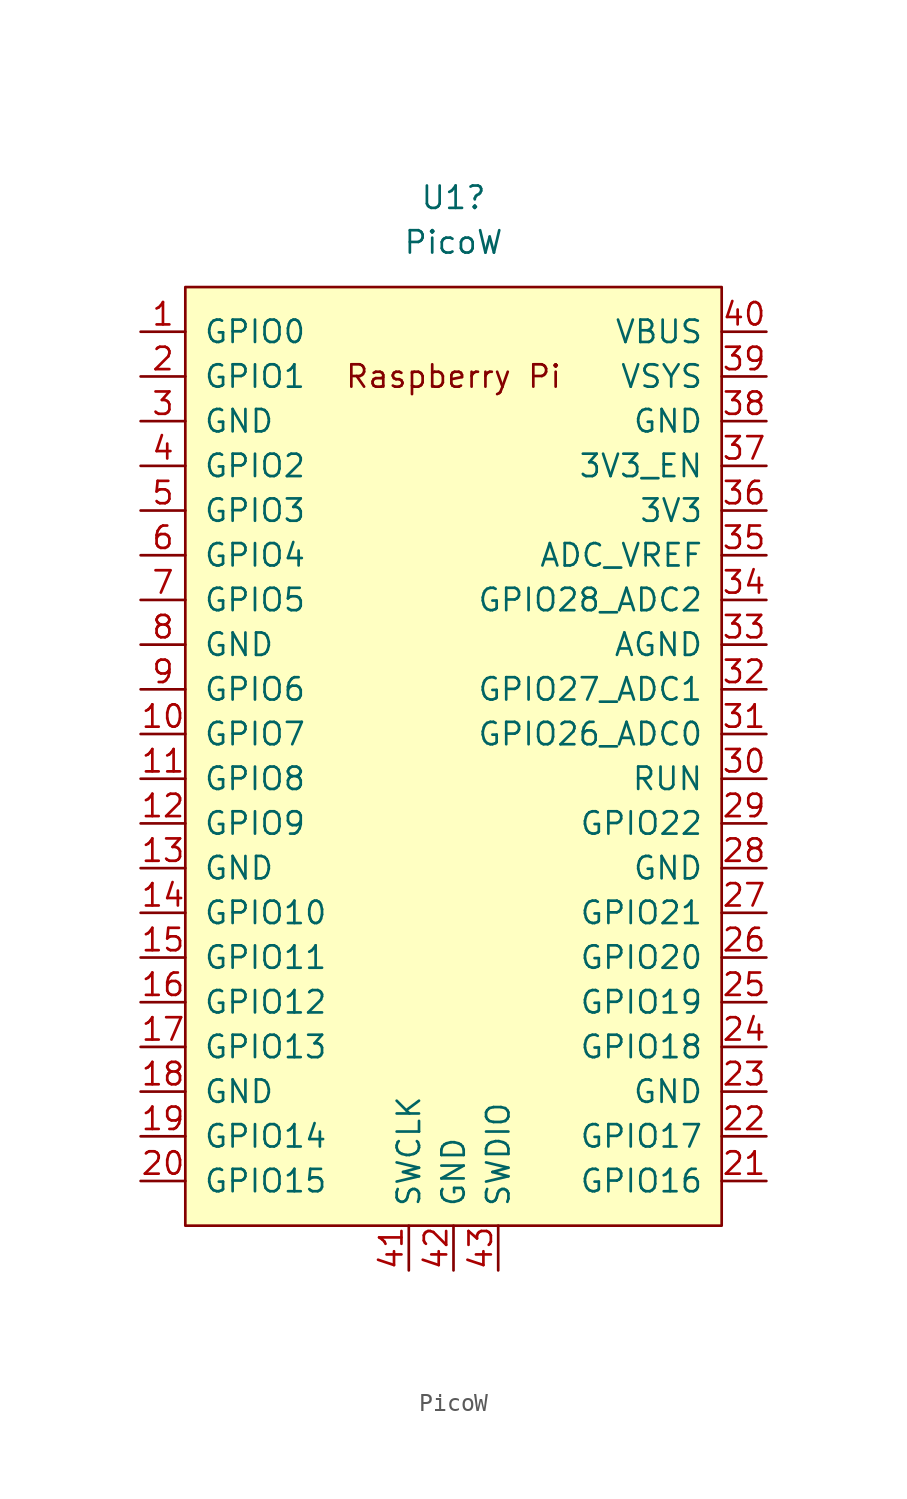
<source format=kicad_sym>
(kicad_symbol_lib
  (version 20220914)
  (generator kicad_symbol_editor)
  (symbol "PicoW"
    (pin_names
      (offset 1.016))
    (property "Reference" "U1"
      (at 0 31.75 0)
      (effects (font (size 1.27 1.27))))
    (property "Value" "PicoW"
      (at 0 29.21 0)
      (effects (font (size 1.27 1.27))))
    (symbol "PicoW_0_0"
      (text "Raspberry Pi" (at 0 21.59 0) (effects (font (size 1.27 1.27)))))
    (symbol "PicoW_0_1"
      (rectangle (start -15.24 26.67) (end 15.24 -26.67) (stroke (width 0) (type default)) (fill (type background))))
    (symbol "PicoW_1_1"
      (pin bidirectional line (at -17.78 24.13 0) (length 2.54) (name "GPIO0" (effects (font (size 1.27 1.27)))) (number "1" (effects (font (size 1.27 1.27)))))
      (pin bidirectional line (at -17.78 1.27 0) (length 2.54) (name "GPIO7" (effects (font (size 1.27 1.27)))) (number "10" (effects (font (size 1.27 1.27)))))
      (pin bidirectional line (at -17.78 -1.27 0) (length 2.54) (name "GPIO8" (effects (font (size 1.27 1.27)))) (number "11" (effects (font (size 1.27 1.27)))))
      (pin bidirectional line (at -17.78 -3.81 0) (length 2.54) (name "GPIO9" (effects (font (size 1.27 1.27)))) (number "12" (effects (font (size 1.27 1.27)))))
      (pin power_in line (at -17.78 -6.35 0) (length 2.54) (name "GND" (effects (font (size 1.27 1.27)))) (number "13" (effects (font (size 1.27 1.27)))))
      (pin bidirectional line (at -17.78 -8.89 0) (length 2.54) (name "GPIO10" (effects (font (size 1.27 1.27)))) (number "14" (effects (font (size 1.27 1.27)))))
      (pin bidirectional line (at -17.78 -11.43 0) (length 2.54) (name "GPIO11" (effects (font (size 1.27 1.27)))) (number "15" (effects (font (size 1.27 1.27)))))
      (pin bidirectional line (at -17.78 -13.97 0) (length 2.54) (name "GPIO12" (effects (font (size 1.27 1.27)))) (number "16" (effects (font (size 1.27 1.27)))))
      (pin bidirectional line (at -17.78 -16.51 0) (length 2.54) (name "GPIO13" (effects (font (size 1.27 1.27)))) (number "17" (effects (font (size 1.27 1.27)))))
      (pin power_in line (at -17.78 -19.05 0) (length 2.54) (name "GND" (effects (font (size 1.27 1.27)))) (number "18" (effects (font (size 1.27 1.27)))))
      (pin bidirectional line (at -17.78 -21.59 0) (length 2.54) (name "GPIO14" (effects (font (size 1.27 1.27)))) (number "19" (effects (font (size 1.27 1.27)))))
      (pin bidirectional line (at -17.78 21.59 0) (length 2.54) (name "GPIO1" (effects (font (size 1.27 1.27)))) (number "2" (effects (font (size 1.27 1.27)))))
      (pin bidirectional line (at -17.78 -24.13 0) (length 2.54) (name "GPIO15" (effects (font (size 1.27 1.27)))) (number "20" (effects (font (size 1.27 1.27)))))
      (pin bidirectional line (at 17.78 -24.13 180) (length 2.54) (name "GPIO16" (effects (font (size 1.27 1.27)))) (number "21" (effects (font (size 1.27 1.27)))))
      (pin bidirectional line (at 17.78 -21.59 180) (length 2.54) (name "GPIO17" (effects (font (size 1.27 1.27)))) (number "22" (effects (font (size 1.27 1.27)))))
      (pin power_in line (at 17.78 -19.05 180) (length 2.54) (name "GND" (effects (font (size 1.27 1.27)))) (number "23" (effects (font (size 1.27 1.27)))))
      (pin bidirectional line (at 17.78 -16.51 180) (length 2.54) (name "GPIO18" (effects (font (size 1.27 1.27)))) (number "24" (effects (font (size 1.27 1.27)))))
      (pin bidirectional line (at 17.78 -13.97 180) (length 2.54) (name "GPIO19" (effects (font (size 1.27 1.27)))) (number "25" (effects (font (size 1.27 1.27)))))
      (pin bidirectional line (at 17.78 -11.43 180) (length 2.54) (name "GPIO20" (effects (font (size 1.27 1.27)))) (number "26" (effects (font (size 1.27 1.27)))))
      (pin bidirectional line (at 17.78 -8.89 180) (length 2.54) (name "GPIO21" (effects (font (size 1.27 1.27)))) (number "27" (effects (font (size 1.27 1.27)))))
      (pin power_in line (at 17.78 -6.35 180) (length 2.54) (name "GND" (effects (font (size 1.27 1.27)))) (number "28" (effects (font (size 1.27 1.27)))))
      (pin bidirectional line (at 17.78 -3.81 180) (length 2.54) (name "GPIO22" (effects (font (size 1.27 1.27)))) (number "29" (effects (font (size 1.27 1.27)))))
      (pin power_in line (at -17.78 19.05 0) (length 2.54) (name "GND" (effects (font (size 1.27 1.27)))) (number "3" (effects (font (size 1.27 1.27)))))
      (pin input line (at 17.78 -1.27 180) (length 2.54) (name "RUN" (effects (font (size 1.27 1.27)))) (number "30" (effects (font (size 1.27 1.27)))))
      (pin bidirectional line (at 17.78 1.27 180) (length 2.54) (name "GPIO26_ADC0" (effects (font (size 1.27 1.27)))) (number "31" (effects (font (size 1.27 1.27)))))
      (pin bidirectional line (at 17.78 3.81 180) (length 2.54) (name "GPIO27_ADC1" (effects (font (size 1.27 1.27)))) (number "32" (effects (font (size 1.27 1.27)))))
      (pin power_in line (at 17.78 6.35 180) (length 2.54) (name "AGND" (effects (font (size 1.27 1.27)))) (number "33" (effects (font (size 1.27 1.27)))))
      (pin bidirectional line (at 17.78 8.89 180) (length 2.54) (name "GPIO28_ADC2" (effects (font (size 1.27 1.27)))) (number "34" (effects (font (size 1.27 1.27)))))
      (pin unspecified line (at 17.78 11.43 180) (length 2.54) (name "ADC_VREF" (effects (font (size 1.27 1.27)))) (number "35" (effects (font (size 1.27 1.27)))))
      (pin unspecified line (at 17.78 13.97 180) (length 2.54) (name "3V3" (effects (font (size 1.27 1.27)))) (number "36" (effects (font (size 1.27 1.27)))))
      (pin input line (at 17.78 16.51 180) (length 2.54) (name "3V3_EN" (effects (font (size 1.27 1.27)))) (number "37" (effects (font (size 1.27 1.27)))))
      (pin bidirectional line (at 17.78 19.05 180) (length 2.54) (name "GND" (effects (font (size 1.27 1.27)))) (number "38" (effects (font (size 1.27 1.27)))))
      (pin unspecified line (at 17.78 21.59 180) (length 2.54) (name "VSYS" (effects (font (size 1.27 1.27)))) (number "39" (effects (font (size 1.27 1.27)))))
      (pin bidirectional line (at -17.78 16.51 0) (length 2.54) (name "GPIO2" (effects (font (size 1.27 1.27)))) (number "4" (effects (font (size 1.27 1.27)))))
      (pin unspecified line (at 17.78 24.13 180) (length 2.54) (name "VBUS" (effects (font (size 1.27 1.27)))) (number "40" (effects (font (size 1.27 1.27)))))
      (pin input line (at -2.54 -29.21 90) (length 2.54) (name "SWCLK" (effects (font (size 1.27 1.27)))) (number "41" (effects (font (size 1.27 1.27)))))
      (pin power_in line (at 0 -29.21 90) (length 2.54) (name "GND" (effects (font (size 1.27 1.27)))) (number "42" (effects (font (size 1.27 1.27)))))
      (pin bidirectional line (at 2.54 -29.21 90) (length 2.54) (name "SWDIO" (effects (font (size 1.27 1.27)))) (number "43" (effects (font (size 1.27 1.27)))))
      (pin bidirectional line (at -17.78 13.97 0) (length 2.54) (name "GPIO3" (effects (font (size 1.27 1.27)))) (number "5" (effects (font (size 1.27 1.27)))))
      (pin bidirectional line (at -17.78 11.43 0) (length 2.54) (name "GPIO4" (effects (font (size 1.27 1.27)))) (number "6" (effects (font (size 1.27 1.27)))))
      (pin bidirectional line (at -17.78 8.89 0) (length 2.54) (name "GPIO5" (effects (font (size 1.27 1.27)))) (number "7" (effects (font (size 1.27 1.27)))))
      (pin power_in line (at -17.78 6.35 0) (length 2.54) (name "GND" (effects (font (size 1.27 1.27)))) (number "8" (effects (font (size 1.27 1.27)))))
      (pin bidirectional line (at -17.78 3.81 0) (length 2.54) (name "GPIO6" (effects (font (size 1.27 1.27)))) (number "9" (effects (font (size 1.27 1.27))))))))
</source>
